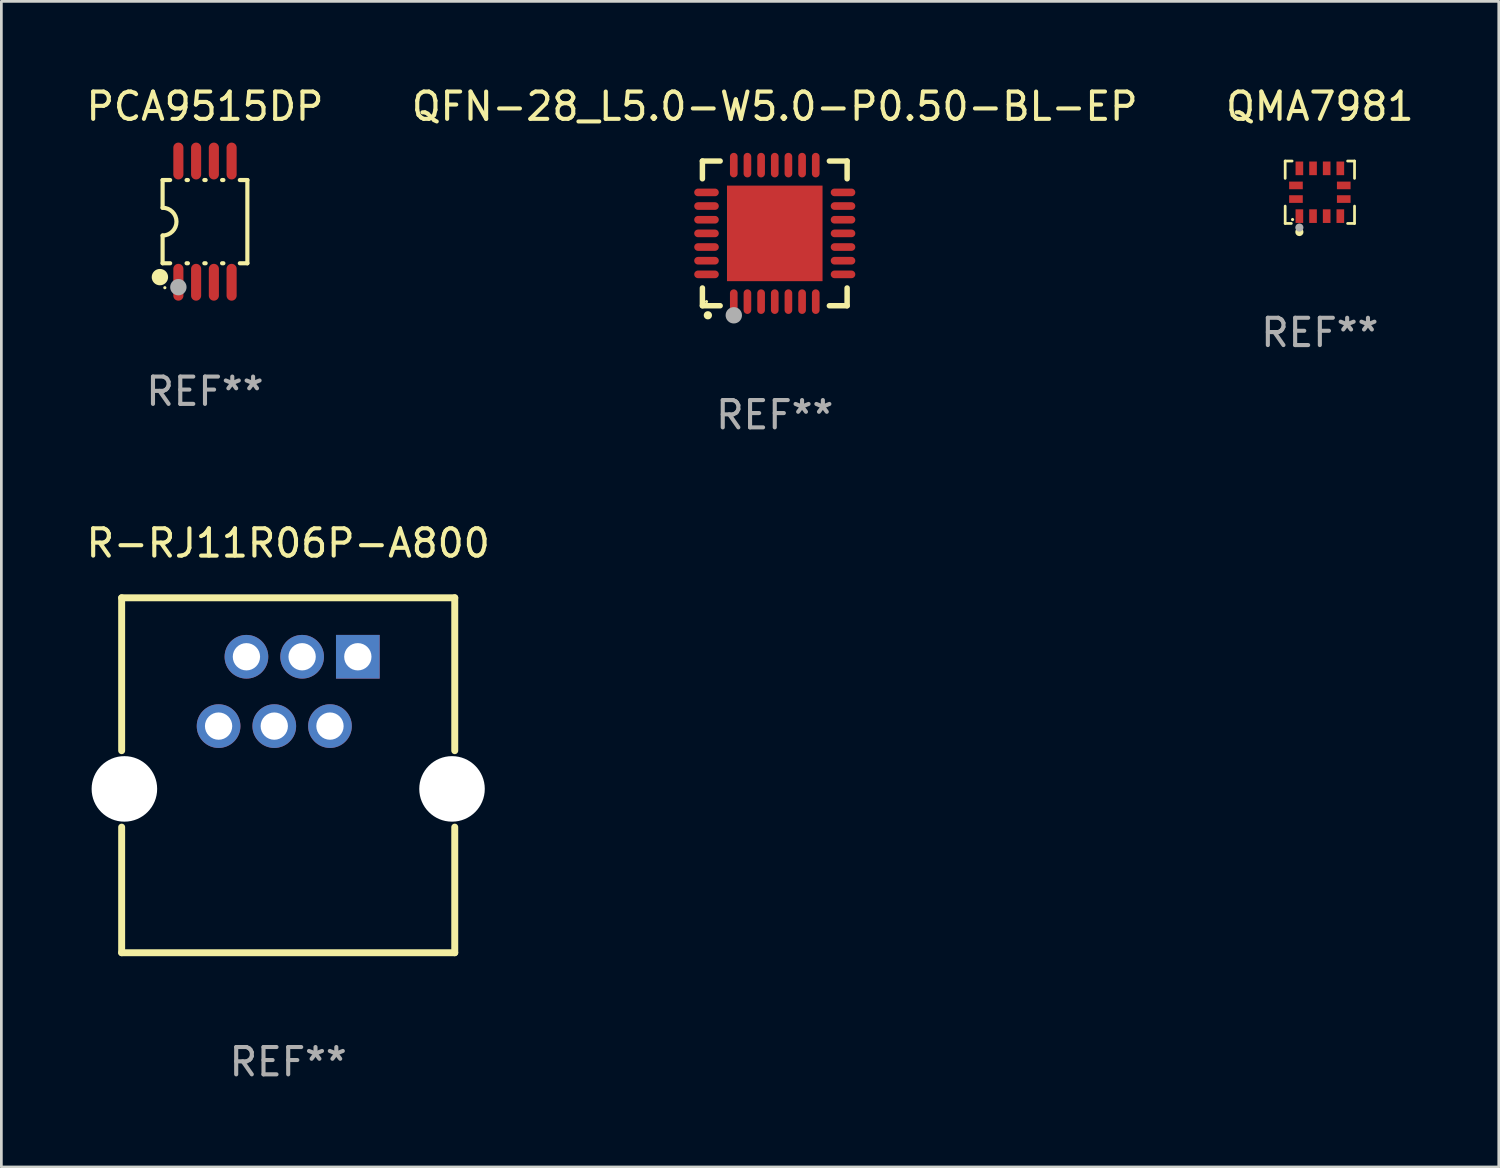
<source format=kicad_pcb>
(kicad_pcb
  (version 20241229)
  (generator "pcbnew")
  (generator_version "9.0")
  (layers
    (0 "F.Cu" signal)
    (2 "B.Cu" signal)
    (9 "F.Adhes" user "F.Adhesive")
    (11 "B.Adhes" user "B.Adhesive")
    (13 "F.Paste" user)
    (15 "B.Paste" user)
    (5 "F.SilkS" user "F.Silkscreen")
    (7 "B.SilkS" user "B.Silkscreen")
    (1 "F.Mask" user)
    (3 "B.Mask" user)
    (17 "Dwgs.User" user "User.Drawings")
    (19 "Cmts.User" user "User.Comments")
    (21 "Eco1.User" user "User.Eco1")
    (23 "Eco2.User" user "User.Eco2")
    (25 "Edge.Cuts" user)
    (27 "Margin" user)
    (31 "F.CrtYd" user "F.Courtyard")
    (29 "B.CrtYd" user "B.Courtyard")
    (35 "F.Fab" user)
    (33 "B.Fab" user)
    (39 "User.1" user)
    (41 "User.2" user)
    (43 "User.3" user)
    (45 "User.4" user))
  (footprint "PCA9515DP"
    (layer "F.Cu")
    (at 4.458 5.068)
    (property "Reference" "PCA9515DP" (at 0 -4.22 0) (layer "F.SilkS") (effects (font (size 1 1) (thickness 0.15))))
    (attr through_hole)
    (fp_line (start -1.552 -1.524) (end -1.276 -1.524) (stroke (width 0.152) (type solid)) (layer "F.SilkS"))
    (fp_line (start -1.552 -0.508) (end -1.552 -1.524) (stroke (width 0.152) (type solid)) (layer "F.SilkS"))
    (fp_line (start -1.552 1.524) (end -1.552 0.508) (stroke (width 0.152) (type solid)) (layer "F.SilkS"))
    (fp_line (start -1.552 1.524) (end -1.276 1.524) (stroke (width 0.152) (type solid)) (layer "F.SilkS"))
    (fp_line (start -0.674 -1.524) (end -0.626 -1.524) (stroke (width 0.152) (type solid)) (layer "F.SilkS"))
    (fp_line (start -0.674 1.524) (end -0.626 1.524) (stroke (width 0.152) (type solid)) (layer "F.SilkS"))
    (fp_line (start -0.024 -1.524) (end 0.024 -1.524) (stroke (width 0.152) (type solid)) (layer "F.SilkS"))
    (fp_line (start -0.024 1.524) (end 0.024 1.524) (stroke (width 0.152) (type solid)) (layer "F.SilkS"))
    (fp_line (start 0.626 -1.524) (end 0.674 -1.524) (stroke (width 0.152) (type solid)) (layer "F.SilkS"))
    (fp_line (start 0.626 1.524) (end 0.674 1.524) (stroke (width 0.152) (type solid)) (layer "F.SilkS"))
    (fp_line (start 1.276 1.524) (end 1.552 1.524) (stroke (width 0.152) (type solid)) (layer "F.SilkS"))
    (fp_line (start 1.276 -1.524) (end 1.552 -1.524) (stroke (width 0.152) (type solid)) (layer "F.SilkS"))
    (fp_line (start 1.552 -1.524) (end 1.552 1.524) (stroke (width 0.152) (type solid)) (layer "F.SilkS"))
    (fp_arc (start -1.551943 -0.508001) (mid -1.043942 0) (end -1.551943 0.508001) (stroke (width 0.151994) (type solid)) (layer "F.SilkS"))
    (fp_circle (center -1.651 2.032) (end -1.501 2.032) (stroke (width 0.3) (type solid)) (fill no) (layer "F.SilkS"))
    (fp_circle (center -1.47 2.42) (end -1.44 2.42) (stroke (width 0.06) (type solid)) (fill no) (layer "F.SilkS"))
    (fp_circle (center -0.975 2.4) (end -0.825 2.4) (stroke (width 0.3) (type solid)) (fill no) (layer "F.Fab"))
    (fp_text user "REF**" (at 0 6.22 0) (layer "F.Fab") (effects (font (size 1 1) (thickness 0.15))))
    (pad "1" smd oval (at -0.975 2.22) (size 0.37 1.35) (layers "F.Cu" "F.Mask" "F.Paste"))
    (pad "2" smd oval (at -0.325 2.22) (size 0.37 1.35) (layers "F.Cu" "F.Mask" "F.Paste"))
    (pad "3" smd oval (at 0.325 2.22) (size 0.37 1.35) (layers "F.Cu" "F.Mask" "F.Paste"))
    (pad "4" smd oval (at 0.975 2.22) (size 0.37 1.35) (layers "F.Cu" "F.Mask" "F.Paste"))
    (pad "5" smd oval (at 0.975 -2.22) (size 0.37 1.35) (layers "F.Cu" "F.Mask" "F.Paste"))
    (pad "6" smd oval (at 0.325 -2.22) (size 0.37 1.35) (layers "F.Cu" "F.Mask" "F.Paste"))
    (pad "7" smd oval (at -0.325 -2.22) (size 0.37 1.35) (layers "F.Cu" "F.Mask" "F.Paste"))
    (pad "8" smd oval (at -0.975 -2.22) (size 0.37 1.35) (layers "F.Cu" "F.Mask" "F.Paste")))
  (footprint "QFN-28_L5.0-W5.0-P0.50-BL-EP"
    (layer "F.Cu")
    (at 25.327 5.498)
    (property "Reference" "QFN-28_L5.0-W5.0-P0.50-BL-EP" (at 0 -4.65 0) (layer "F.SilkS") (effects (font (size 1 1) (thickness 0.15))))
    (attr through_hole)
    (fp_line (start -2.65 -2.65) (end -2.65 -2) (stroke (width 0.2) (type solid)) (layer "F.SilkS"))
    (fp_line (start -2.65 2.65) (end -2.65 2) (stroke (width 0.2) (type solid)) (layer "F.SilkS"))
    (fp_line (start -2 -2.65) (end -2.65 -2.65) (stroke (width 0.2) (type solid)) (layer "F.SilkS"))
    (fp_line (start -2 2.65) (end -2.65 2.65) (stroke (width 0.2) (type solid)) (layer "F.SilkS"))
    (fp_line (start 2 2.65) (end 2.65 2.65) (stroke (width 0.2) (type solid)) (layer "F.SilkS"))
    (fp_line (start 2.65 -2.65) (end 2 -2.65) (stroke (width 0.2) (type solid)) (layer "F.SilkS"))
    (fp_line (start 2.65 -2) (end 2.65 -2.65) (stroke (width 0.2) (type solid)) (layer "F.SilkS"))
    (fp_line (start 2.65 2.65) (end 2.65 2) (stroke (width 0.2) (type solid)) (layer "F.SilkS"))
    (fp_arc (start -2.451105 2.999746) (mid -2.449835 2.999741) (end -2.448565 2.999746) (stroke (width 0.3) (type solid)) (layer "F.SilkS"))
    (fp_circle (center -2.5 2.5) (end -2.47 2.5) (stroke (width 0.06) (type solid)) (fill no) (layer "F.SilkS"))
    (fp_circle (center -1.5 3) (end -1.35 3) (stroke (width 0.3) (type solid)) (fill no) (layer "F.Fab"))
    (fp_text user "REF**" (at 0 6.65 0) (layer "F.Fab") (effects (font (size 1 1) (thickness 0.15))))
    (pad "1" smd oval (at -1.501 2.5 180) (size 0.28 0.9) (layers "F.Cu" "F.Mask" "F.Paste"))
    (pad "2" smd oval (at -1.001 2.5 180) (size 0.28 0.9) (layers "F.Cu" "F.Mask" "F.Paste"))
    (pad "3" smd oval (at -0.5 2.5 180) (size 0.28 0.9) (layers "F.Cu" "F.Mask" "F.Paste"))
    (pad "4" smd oval (at 0.000076 2.5 180) (size 0.28 0.9) (layers "F.Cu" "F.Mask" "F.Paste"))
    (pad "5" smd oval (at 0.5 2.5 180) (size 0.28 0.9) (layers "F.Cu" "F.Mask" "F.Paste"))
    (pad "6" smd oval (at 1.001 2.5 180) (size 0.28 0.9) (layers "F.Cu" "F.Mask" "F.Paste"))
    (pad "7" smd oval (at 1.501 2.5 180) (size 0.28 0.9) (layers "F.Cu" "F.Mask" "F.Paste"))
    (pad "8" smd oval (at 2.5 1.501 90) (size 0.28 0.9) (layers "F.Cu" "F.Mask" "F.Paste"))
    (pad "9" smd oval (at 2.5 1.001 90) (size 0.28 0.9) (layers "F.Cu" "F.Mask" "F.Paste"))
    (pad "10" smd oval (at 2.5 0.5 90) (size 0.28 0.9) (layers "F.Cu" "F.Mask" "F.Paste"))
    (pad "11" smd oval (at 2.5 0.000076 90) (size 0.28 0.9) (layers "F.Cu" "F.Mask" "F.Paste"))
    (pad "12" smd oval (at 2.5 -0.5 90) (size 0.28 0.9) (layers "F.Cu" "F.Mask" "F.Paste"))
    (pad "13" smd oval (at 2.5 -1.001 90) (size 0.28 0.9) (layers "F.Cu" "F.Mask" "F.Paste"))
    (pad "14" smd oval (at 2.5 -1.501 90) (size 0.28 0.9) (layers "F.Cu" "F.Mask" "F.Paste"))
    (pad "15" smd oval (at 1.501 -2.5 180) (size 0.28 0.9) (layers "F.Cu" "F.Mask" "F.Paste"))
    (pad "16" smd oval (at 1.001 -2.5 180) (size 0.28 0.9) (layers "F.Cu" "F.Mask" "F.Paste"))
    (pad "17" smd oval (at 0.5 -2.5 180) (size 0.28 0.9) (layers "F.Cu" "F.Mask" "F.Paste"))
    (pad "18" smd oval (at 0.000076 -2.5 180) (size 0.28 0.9) (layers "F.Cu" "F.Mask" "F.Paste"))
    (pad "19" smd oval (at -0.5 -2.5 180) (size 0.28 0.9) (layers "F.Cu" "F.Mask" "F.Paste"))
    (pad "20" smd oval (at -1.001 -2.5 180) (size 0.28 0.9) (layers "F.Cu" "F.Mask" "F.Paste"))
    (pad "21" smd oval (at -1.501 -2.5 180) (size 0.28 0.9) (layers "F.Cu" "F.Mask" "F.Paste"))
    (pad "22" smd oval (at -2.5 -1.501 90) (size 0.28 0.9) (layers "F.Cu" "F.Mask" "F.Paste"))
    (pad "23" smd oval (at -2.5 -1.001 90) (size 0.28 0.9) (layers "F.Cu" "F.Mask" "F.Paste"))
    (pad "24" smd oval (at -2.5 -0.5 90) (size 0.28 0.9) (layers "F.Cu" "F.Mask" "F.Paste"))
    (pad "25" smd oval (at -2.5 0.000076 90) (size 0.28 0.9) (layers "F.Cu" "F.Mask" "F.Paste"))
    (pad "26" smd oval (at -2.5 0.5 90) (size 0.28 0.9) (layers "F.Cu" "F.Mask" "F.Paste"))
    (pad "27" smd oval (at -2.5 1.001 90) (size 0.28 0.9) (layers "F.Cu" "F.Mask" "F.Paste"))
    (pad "28" smd oval (at -2.5 1.501 90) (size 0.28 0.9) (layers "F.Cu" "F.Mask" "F.Paste"))
    (pad "29" smd rect (at 0.000076 0.000076 90) (size 3.5 3.5) (layers "F.Cu" "F.Mask" "F.Paste")))
  (footprint "R-RJ11R06P-A800"
    (layer "F.Cu")
    (at 7.506 25.345)
    (property "Reference" "R-RJ11R06P-A800" (at 0 -8.5 0) (layer "F.SilkS") (effects (font (size 1 1) (thickness 0.15))))
    (attr through_hole)
    (fp_line (start -6.1 -6.5) (end 6.1 -6.5) (stroke (width 0.254) (type solid)) (layer "F.SilkS"))
    (fp_line (start -6.1 -0.9) (end -6.1 -6.5) (stroke (width 0.254) (type solid)) (layer "F.SilkS"))
    (fp_line (start -6.1 6.5) (end 6.1 6.5) (stroke (width 0.254) (type solid)) (layer "F.SilkS"))
    (fp_line (start -6.1 6.5) (end -6.1 1.9) (stroke (width 0.254) (type solid)) (layer "F.SilkS"))
    (fp_line (start 6.1 -6.5) (end 6.1 -0.9) (stroke (width 0.254) (type solid)) (layer "F.SilkS"))
    (fp_line (start 6.1 1.9) (end 6.1 6.5) (stroke (width 0.254) (type solid)) (layer "F.SilkS"))
    (fp_circle (center 6.1 -6.5) (end 6.13 -6.5) (stroke (width 0.06) (type solid)) (fill no) (layer "F.SilkS"))
    (fp_circle (center -6 0.5) (end -5.5 0.5) (stroke (width 1) (type solid)) (fill no) (layer "F.Fab"))
    (fp_circle (center 6 0.5) (end 6.5 0.5) (stroke (width 1) (type solid)) (fill no) (layer "F.Fab"))
    (fp_text user "REF**" (at 0 10.5 0) (layer "F.Fab") (effects (font (size 1 1) (thickness 0.15))))
    (pad "" np_thru_hole circle (at -6 0.5) (size 2.4 2.4) (drill 2.4) (layers "*.Cu" "*.Mask"))
    (pad "" np_thru_hole circle (at 6 0.5) (size 2.4 2.4) (drill 2.4) (layers "*.Cu" "*.Mask"))
    (pad "1" thru_hole rect (at 2.55 -4.34 180) (size 1.6 1.6) (drill 1) (layers "*.Cu" "*.Mask"))
    (pad "2" thru_hole circle (at 1.53 -1.8) (size 1.6 1.6) (drill 1) (layers "*.Cu" "*.Mask"))
    (pad "3" thru_hole circle (at 0.51 -4.34) (size 1.6 1.6) (drill 1) (layers "*.Cu" "*.Mask"))
    (pad "4" thru_hole circle (at -0.51 -1.8) (size 1.6 1.6) (drill 1) (layers "*.Cu" "*.Mask"))
    (pad "5" thru_hole circle (at -1.53 -4.34) (size 1.6 1.6) (drill 1) (layers "*.Cu" "*.Mask"))
    (pad "6" thru_hole circle (at -2.55 -1.8) (size 1.6 1.6) (drill 1) (layers "*.Cu" "*.Mask")))
  (footprint "QMA7981"
    (layer "F.Cu")
    (at 45.292 3.991)
    (property "Reference" "QMA7981" (at 0 -3.143 0) (layer "F.SilkS") (effects (font (size 1 1) (thickness 0.15))))
    (attr through_hole)
    (fp_line (start -1.27 -1.143) (end -1.27 -0.508) (stroke (width 0.1) (type solid)) (layer "F.SilkS"))
    (fp_line (start -1.27 0.508) (end -1.27 1.143) (stroke (width 0.1) (type solid)) (layer "F.SilkS"))
    (fp_line (start -1.27 1.143) (end -1.044 1.143) (stroke (width 0.1) (type solid)) (layer "F.SilkS"))
    (fp_line (start -1.016 -1.143) (end -1.27 -1.143) (stroke (width 0.1) (type solid)) (layer "F.SilkS"))
    (fp_line (start 1.016 -1.143) (end 1.27 -1.143) (stroke (width 0.1) (type solid)) (layer "F.SilkS"))
    (fp_line (start 1.27 -1.143) (end 1.27 -0.508) (stroke (width 0.1) (type solid)) (layer "F.SilkS"))
    (fp_line (start 1.27 0.508) (end 1.27 1.143) (stroke (width 0.1) (type solid)) (layer "F.SilkS"))
    (fp_line (start 1.27 1.143) (end 1.016 1.143) (stroke (width 0.1) (type solid)) (layer "F.SilkS"))
    (fp_circle (center -1 1) (end -0.97 1) (stroke (width 0.06) (type solid)) (fill no) (layer "F.SilkS"))
    (fp_circle (center -0.75 1.457) (end -0.675 1.457) (stroke (width 0.15) (type solid)) (fill no) (layer "F.SilkS"))
    (fp_circle (center -0.75 1.293) (end -0.675 1.293) (stroke (width 0.15) (type solid)) (fill no) (layer "F.Fab"))
    (fp_text user "REF**" (at 0 5.143 0) (layer "F.Fab") (effects (font (size 1 1) (thickness 0.15))))
    (pad "1" smd rect (at -0.75 0.875) (size 0.28 0.5) (layers "F.Cu" "F.Mask" "F.Paste"))
    (pad "2" smd rect (at -0.25 0.875) (size 0.28 0.5) (layers "F.Cu" "F.Mask" "F.Paste"))
    (pad "3" smd rect (at 0.25 0.875) (size 0.28 0.5) (layers "F.Cu" "F.Mask" "F.Paste"))
    (pad "4" smd rect (at 0.75 0.875) (size 0.28 0.5) (layers "F.Cu" "F.Mask" "F.Paste"))
    (pad "5" smd rect (at 0.875 0.25) (size 0.5 0.28) (layers "F.Cu" "F.Mask" "F.Paste"))
    (pad "6" smd rect (at 0.875 -0.25) (size 0.5 0.28) (layers "F.Cu" "F.Mask" "F.Paste"))
    (pad "7" smd rect (at 0.75 -0.875) (size 0.28 0.5) (layers "F.Cu" "F.Mask" "F.Paste"))
    (pad "8" smd rect (at 0.25 -0.875) (size 0.28 0.5) (layers "F.Cu" "F.Mask" "F.Paste"))
    (pad "9" smd rect (at -0.25 -0.875) (size 0.28 0.5) (layers "F.Cu" "F.Mask" "F.Paste"))
    (pad "10" smd rect (at -0.75 -0.875) (size 0.28 0.5) (layers "F.Cu" "F.Mask" "F.Paste"))
    (pad "11" smd rect (at -0.875 -0.25) (size 0.5 0.28) (layers "F.Cu" "F.Mask" "F.Paste"))
    (pad "12" smd rect (at -0.875 0.25) (size 0.5 0.28) (layers "F.Cu" "F.Mask" "F.Paste")))
  (gr_rect
    (start -3 -3)
    (end 51.845 39.693)
    (stroke (width 0.1) (type default))
    (fill no)
    (layer "Edge.Cuts")))
</source>
